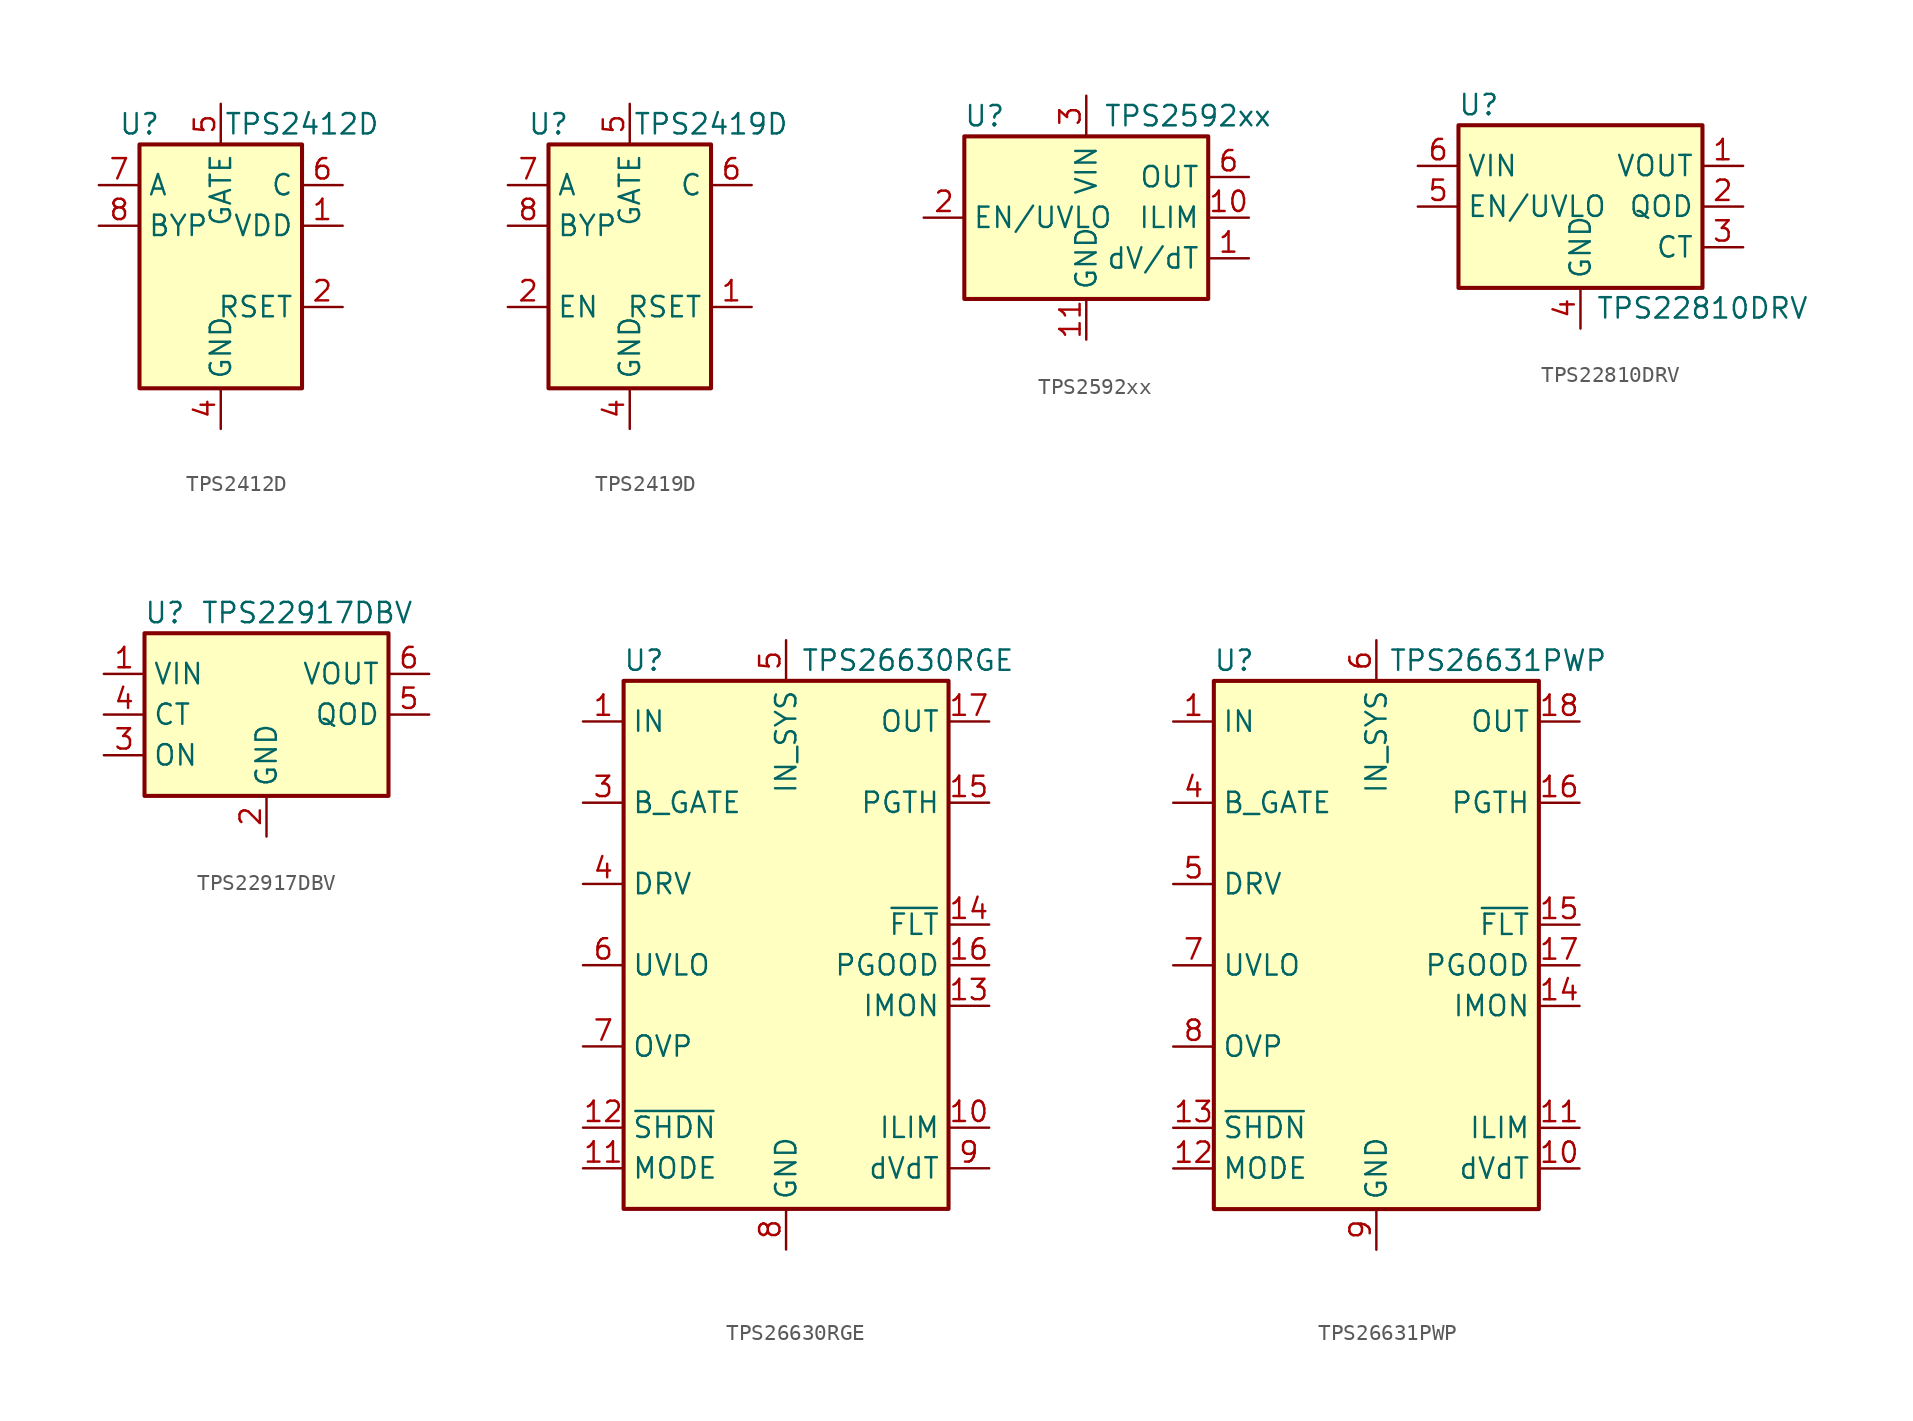
<source format=kicad_sym>
(kicad_symbol_lib
  (version 20211014)
  (generator kicad_symbol_editor)
  (symbol "TPS2412D"
    (property "Reference" "U"
      (at -5.08 8.89 0)
      (effects (font (size 1.27 1.27))))
    (property "Value" "TPS2412D"
      (at 5.08 8.89 0)
      (effects (font (size 1.27 1.27))))
    (symbol "TPS2412D_0_1"
      (rectangle (start -5.08 7.62) (end 5.08 -7.62) (stroke (width 0.254) (type default) (color 0 0 0 0)) (fill (type background))))
    (symbol "TPS2412D_1_1"
      (pin power_in line (at 7.62 2.54 180) (length 2.54) (name "VDD" (effects (font (size 1.27 1.27)))) (number "1" (effects (font (size 1.27 1.27)))))
      (pin passive line (at 7.62 -2.54 180) (length 2.54) (name "RSET" (effects (font (size 1.27 1.27)))) (number "2" (effects (font (size 1.27 1.27)))))
      (pin passive line (at 0 -10.16 90) (length 2.54) hide (name "GND" (effects (font (size 1.27 1.27)))) (number "3" (effects (font (size 1.27 1.27)))))
      (pin power_in line (at 0 -10.16 90) (length 2.54) (name "GND" (effects (font (size 1.27 1.27)))) (number "4" (effects (font (size 1.27 1.27)))))
      (pin output line (at 0 10.16 270) (length 2.54) (name "GATE" (effects (font (size 1.27 1.27)))) (number "5" (effects (font (size 1.27 1.27)))))
      (pin input line (at 7.62 5.08 180) (length 2.54) (name "C" (effects (font (size 1.27 1.27)))) (number "6" (effects (font (size 1.27 1.27)))))
      (pin input line (at -7.62 5.08 0) (length 2.54) (name "A" (effects (font (size 1.27 1.27)))) (number "7" (effects (font (size 1.27 1.27)))))
      (pin passive line (at -7.62 2.54 0) (length 2.54) (name "BYP" (effects (font (size 1.27 1.27)))) (number "8" (effects (font (size 1.27 1.27)))))))
  (symbol "TPS2419D"
    (property "Reference" "U"
      (at -5.08 8.89 0)
      (effects (font (size 1.27 1.27))))
    (property "Value" "TPS2419D"
      (at 5.08 8.89 0)
      (effects (font (size 1.27 1.27))))
    (symbol "TPS2419D_0_1"
      (rectangle (start -5.08 7.62) (end 5.08 -7.62) (stroke (width 0.254) (type default) (color 0 0 0 0)) (fill (type background))))
    (symbol "TPS2419D_1_1"
      (pin passive line (at 7.62 -2.54 180) (length 2.54) (name "RSET" (effects (font (size 1.27 1.27)))) (number "1" (effects (font (size 1.27 1.27)))))
      (pin input line (at -7.62 -2.54 0) (length 2.54) (name "EN" (effects (font (size 1.27 1.27)))) (number "2" (effects (font (size 1.27 1.27)))))
      (pin passive line (at 0 -10.16 90) (length 2.54) hide (name "GND" (effects (font (size 1.27 1.27)))) (number "3" (effects (font (size 1.27 1.27)))))
      (pin power_in line (at 0 -10.16 90) (length 2.54) (name "GND" (effects (font (size 1.27 1.27)))) (number "4" (effects (font (size 1.27 1.27)))))
      (pin output line (at 0 10.16 270) (length 2.54) (name "GATE" (effects (font (size 1.27 1.27)))) (number "5" (effects (font (size 1.27 1.27)))))
      (pin input line (at 7.62 5.08 180) (length 2.54) (name "C" (effects (font (size 1.27 1.27)))) (number "6" (effects (font (size 1.27 1.27)))))
      (pin input line (at -7.62 5.08 0) (length 2.54) (name "A" (effects (font (size 1.27 1.27)))) (number "7" (effects (font (size 1.27 1.27)))))
      (pin passive line (at -7.62 2.54 0) (length 2.54) (name "BYP" (effects (font (size 1.27 1.27)))) (number "8" (effects (font (size 1.27 1.27)))))))
  (symbol "TPS2592xx"
    (property "Reference" "U"
      (at -6.35 6.35 0)
      (effects (font (size 1.27 1.27))))
    (property "Value" "TPS2592xx"
      (at 6.35 6.35 0)
      (effects (font (size 1.27 1.27))))
    (symbol "TPS2592xx_0_1"
      (rectangle (start -7.62 5.08) (end 7.62 -5.08) (stroke (width 0.254) (type default) (color 0 0 0 0)) (fill (type background))))
    (symbol "TPS2592xx_1_1"
      (pin output line (at 10.16 -2.54 180) (length 2.54) (name "dV/dT" (effects (font (size 1.27 1.27)))) (number "1" (effects (font (size 1.27 1.27)))))
      (pin output line (at 10.16 0 180) (length 2.54) (name "ILIM" (effects (font (size 1.27 1.27)))) (number "10" (effects (font (size 1.27 1.27)))))
      (pin power_in line (at 0 -7.62 90) (length 2.54) (name "GND" (effects (font (size 1.27 1.27)))) (number "11" (effects (font (size 1.27 1.27)))))
      (pin input line (at -10.16 0 0) (length 2.54) (name "EN/UVLO" (effects (font (size 1.27 1.27)))) (number "2" (effects (font (size 1.27 1.27)))))
      (pin power_in line (at 0 7.62 270) (length 2.54) (name "VIN" (effects (font (size 1.27 1.27)))) (number "3" (effects (font (size 1.27 1.27)))))
      (pin passive line (at 0 7.62 270) (length 2.54) hide (name "VIN" (effects (font (size 1.27 1.27)))) (number "4" (effects (font (size 1.27 1.27)))))
      (pin passive line (at 0 7.62 270) (length 2.54) hide (name "VIN" (effects (font (size 1.27 1.27)))) (number "5" (effects (font (size 1.27 1.27)))))
      (pin power_out line (at 10.16 2.54 180) (length 2.54) (name "OUT" (effects (font (size 1.27 1.27)))) (number "6" (effects (font (size 1.27 1.27)))))
      (pin passive line (at 10.16 2.54 180) (length 2.54) hide (name "OUT" (effects (font (size 1.27 1.27)))) (number "7" (effects (font (size 1.27 1.27)))))
      (pin passive line (at 10.16 2.54 180) (length 2.54) hide (name "OUT" (effects (font (size 1.27 1.27)))) (number "8" (effects (font (size 1.27 1.27)))))
      (pin no_connect line (at -10.16 -2.54 0) (length 2.54) hide (name "NC" (effects (font (size 1.27 1.27)))) (number "9" (effects (font (size 1.27 1.27)))))))
  (symbol "TPS22810DRV"
    (property "Reference" "U"
      (at -6.35 6.35 0)
      (effects (font (size 1.27 1.27))))
    (property "Value" "TPS22810DRV"
      (at 7.62 -6.35 0)
      (effects (font (size 1.27 1.27))))
    (symbol "TPS22810DRV_1_1"
      (rectangle (start -7.62 5.08) (end 7.62 -5.08) (stroke (width 0.254) (type default) (color 0 0 0 0)) (fill (type background)))
      (pin power_out line (at 10.16 2.54 180) (length 2.54) (name "VOUT" (effects (font (size 1.27 1.27)))) (number "1" (effects (font (size 1.27 1.27)))))
      (pin open_collector line (at 10.16 0 180) (length 2.54) (name "QOD" (effects (font (size 1.27 1.27)))) (number "2" (effects (font (size 1.27 1.27)))))
      (pin output line (at 10.16 -2.54 180) (length 2.54) (name "CT" (effects (font (size 1.27 1.27)))) (number "3" (effects (font (size 1.27 1.27)))))
      (pin power_in line (at 0 -7.62 90) (length 2.54) (name "GND" (effects (font (size 1.27 1.27)))) (number "4" (effects (font (size 1.27 1.27)))))
      (pin input line (at -10.16 0 0) (length 2.54) (name "EN/UVLO" (effects (font (size 1.27 1.27)))) (number "5" (effects (font (size 1.27 1.27)))))
      (pin power_in line (at -10.16 2.54 0) (length 2.54) (name "VIN" (effects (font (size 1.27 1.27)))) (number "6" (effects (font (size 1.27 1.27)))))
      (pin passive line (at 0 -7.62 90) (length 2.54) hide (name "GND" (effects (font (size 1.27 1.27)))) (number "7" (effects (font (size 1.27 1.27)))))))
  (symbol "TPS22917DBV"
    (property "Reference" "U"
      (at -6.35 6.35 0)
      (effects (font (size 1.27 1.27))))
    (property "Value" "TPS22917DBV"
      (at 2.54 6.35 0)
      (effects (font (size 1.27 1.27))))
    (symbol "TPS22917DBV_0_1"
      (rectangle (start -7.62 5.08) (end 7.62 -5.08) (stroke (width 0.254) (type default) (color 0 0 0 0)) (fill (type background))))
    (symbol "TPS22917DBV_1_1"
      (pin power_in line (at -10.16 2.54 0) (length 2.54) (name "VIN" (effects (font (size 1.27 1.27)))) (number "1" (effects (font (size 1.27 1.27)))))
      (pin power_in line (at 0 -7.62 90) (length 2.54) (name "GND" (effects (font (size 1.27 1.27)))) (number "2" (effects (font (size 1.27 1.27)))))
      (pin input line (at -10.16 -2.54 0) (length 2.54) (name "ON" (effects (font (size 1.27 1.27)))) (number "3" (effects (font (size 1.27 1.27)))))
      (pin output line (at -10.16 0 0) (length 2.54) (name "CT" (effects (font (size 1.27 1.27)))) (number "4" (effects (font (size 1.27 1.27)))))
      (pin open_collector line (at 10.16 0 180) (length 2.54) (name "QOD" (effects (font (size 1.27 1.27)))) (number "5" (effects (font (size 1.27 1.27)))))
      (pin power_out line (at 10.16 2.54 180) (length 2.54) (name "VOUT" (effects (font (size 1.27 1.27)))) (number "6" (effects (font (size 1.27 1.27)))))))
  (symbol "TPS26630RGE"
    (property "Reference" "U"
      (at -8.89 16.51 0)
      (effects (font (size 1.27 1.27))))
    (property "Value" "TPS26630RGE"
      (at 7.62 16.51 0)
      (effects (font (size 1.27 1.27))))
    (symbol "TPS26630RGE_0_1"
      (rectangle (start -10.16 15.24) (end 10.16 -17.78) (stroke (width 0.254) (type default) (color 0 0 0 0)) (fill (type background))))
    (symbol "TPS26630RGE_1_1"
      (pin power_in line (at -12.7 12.7 0) (length 2.54) (name "IN" (effects (font (size 1.27 1.27)))) (number "1" (effects (font (size 1.27 1.27)))))
      (pin passive line (at 12.7 -12.7 180) (length 2.54) (name "ILIM" (effects (font (size 1.27 1.27)))) (number "10" (effects (font (size 1.27 1.27)))))
      (pin input line (at -12.7 -15.24 0) (length 2.54) (name "MODE" (effects (font (size 1.27 1.27)))) (number "11" (effects (font (size 1.27 1.27)))))
      (pin input line (at -12.7 -12.7 0) (length 2.54) (name "~{SHDN}" (effects (font (size 1.27 1.27)))) (number "12" (effects (font (size 1.27 1.27)))))
      (pin output line (at 12.7 -5.08 180) (length 2.54) (name "IMON" (effects (font (size 1.27 1.27)))) (number "13" (effects (font (size 1.27 1.27)))))
      (pin open_collector line (at 12.7 0 180) (length 2.54) (name "~{FLT}" (effects (font (size 1.27 1.27)))) (number "14" (effects (font (size 1.27 1.27)))))
      (pin input line (at 12.7 7.62 180) (length 2.54) (name "PGTH" (effects (font (size 1.27 1.27)))) (number "15" (effects (font (size 1.27 1.27)))))
      (pin output line (at 12.7 -2.54 180) (length 2.54) (name "PGOOD" (effects (font (size 1.27 1.27)))) (number "16" (effects (font (size 1.27 1.27)))))
      (pin power_out line (at 12.7 12.7 180) (length 2.54) (name "OUT" (effects (font (size 1.27 1.27)))) (number "17" (effects (font (size 1.27 1.27)))))
      (pin passive line (at 12.7 12.7 180) (length 2.54) hide (name "OUT" (effects (font (size 1.27 1.27)))) (number "18" (effects (font (size 1.27 1.27)))))
      (pin no_connect line (at -10.16 10.16 0) (length 2.54) hide (name "NC" (effects (font (size 1.27 1.27)))) (number "19" (effects (font (size 1.27 1.27)))))
      (pin passive line (at -12.7 12.7 0) (length 2.54) hide (name "IN" (effects (font (size 1.27 1.27)))) (number "2" (effects (font (size 1.27 1.27)))))
      (pin no_connect line (at -10.16 5.08 0) (length 2.54) hide (name "NC" (effects (font (size 1.27 1.27)))) (number "20" (effects (font (size 1.27 1.27)))))
      (pin no_connect line (at -10.16 0 0) (length 2.54) hide (name "NC" (effects (font (size 1.27 1.27)))) (number "21" (effects (font (size 1.27 1.27)))))
      (pin no_connect line (at 10.16 10.16 180) (length 2.54) hide (name "NC" (effects (font (size 1.27 1.27)))) (number "22" (effects (font (size 1.27 1.27)))))
      (pin no_connect line (at 10.16 5.08 180) (length 2.54) hide (name "NC" (effects (font (size 1.27 1.27)))) (number "23" (effects (font (size 1.27 1.27)))))
      (pin no_connect line (at 10.16 2.54 180) (length 2.54) hide (name "NC" (effects (font (size 1.27 1.27)))) (number "24" (effects (font (size 1.27 1.27)))))
      (pin passive line (at 0 -20.32 90) (length 2.54) hide (name "GND" (effects (font (size 1.27 1.27)))) (number "25" (effects (font (size 1.27 1.27)))))
      (pin output line (at -12.7 7.62 0) (length 2.54) (name "B_GATE" (effects (font (size 1.27 1.27)))) (number "3" (effects (font (size 1.27 1.27)))))
      (pin output line (at -12.7 2.54 0) (length 2.54) (name "DRV" (effects (font (size 1.27 1.27)))) (number "4" (effects (font (size 1.27 1.27)))))
      (pin power_in line (at 0 17.78 270) (length 2.54) (name "IN_SYS" (effects (font (size 1.27 1.27)))) (number "5" (effects (font (size 1.27 1.27)))))
      (pin input line (at -12.7 -2.54 0) (length 2.54) (name "UVLO" (effects (font (size 1.27 1.27)))) (number "6" (effects (font (size 1.27 1.27)))))
      (pin input line (at -12.7 -7.62 0) (length 2.54) (name "OVP" (effects (font (size 1.27 1.27)))) (number "7" (effects (font (size 1.27 1.27)))))
      (pin power_in line (at 0 -20.32 90) (length 2.54) (name "GND" (effects (font (size 1.27 1.27)))) (number "8" (effects (font (size 1.27 1.27)))))
      (pin passive line (at 12.7 -15.24 180) (length 2.54) (name "dVdT" (effects (font (size 1.27 1.27)))) (number "9" (effects (font (size 1.27 1.27)))))))
  (symbol "TPS26631PWP"
    (property "Reference" "U"
      (at -8.89 16.51 0)
      (effects (font (size 1.27 1.27))))
    (property "Value" "TPS26631PWP"
      (at 7.62 16.51 0)
      (effects (font (size 1.27 1.27))))
    (symbol "TPS26631PWP_0_1"
      (rectangle (start -10.16 15.24) (end 10.16 -17.78) (stroke (width 0.254) (type default) (color 0 0 0 0)) (fill (type background))))
    (symbol "TPS26631PWP_1_1"
      (pin power_in line (at -12.7 12.7 0) (length 2.54) (name "IN" (effects (font (size 1.27 1.27)))) (number "1" (effects (font (size 1.27 1.27)))))
      (pin passive line (at 12.7 -15.24 180) (length 2.54) (name "dVdT" (effects (font (size 1.27 1.27)))) (number "10" (effects (font (size 1.27 1.27)))))
      (pin passive line (at 12.7 -12.7 180) (length 2.54) (name "ILIM" (effects (font (size 1.27 1.27)))) (number "11" (effects (font (size 1.27 1.27)))))
      (pin input line (at -12.7 -15.24 0) (length 2.54) (name "MODE" (effects (font (size 1.27 1.27)))) (number "12" (effects (font (size 1.27 1.27)))))
      (pin input line (at -12.7 -12.7 0) (length 2.54) (name "~{SHDN}" (effects (font (size 1.27 1.27)))) (number "13" (effects (font (size 1.27 1.27)))))
      (pin output line (at 12.7 -5.08 180) (length 2.54) (name "IMON" (effects (font (size 1.27 1.27)))) (number "14" (effects (font (size 1.27 1.27)))))
      (pin open_collector line (at 12.7 0 180) (length 2.54) (name "~{FLT}" (effects (font (size 1.27 1.27)))) (number "15" (effects (font (size 1.27 1.27)))))
      (pin input line (at 12.7 7.62 180) (length 2.54) (name "PGTH" (effects (font (size 1.27 1.27)))) (number "16" (effects (font (size 1.27 1.27)))))
      (pin output line (at 12.7 -2.54 180) (length 2.54) (name "PGOOD" (effects (font (size 1.27 1.27)))) (number "17" (effects (font (size 1.27 1.27)))))
      (pin power_out line (at 12.7 12.7 180) (length 2.54) (name "OUT" (effects (font (size 1.27 1.27)))) (number "18" (effects (font (size 1.27 1.27)))))
      (pin passive line (at 12.7 12.7 180) (length 2.54) hide (name "OUT" (effects (font (size 1.27 1.27)))) (number "19" (effects (font (size 1.27 1.27)))))
      (pin passive line (at -12.7 12.7 0) (length 2.54) hide (name "IN" (effects (font (size 1.27 1.27)))) (number "2" (effects (font (size 1.27 1.27)))))
      (pin passive line (at 12.7 12.7 180) (length 2.54) hide (name "OUT" (effects (font (size 1.27 1.27)))) (number "20" (effects (font (size 1.27 1.27)))))
      (pin passive line (at 0 -20.32 90) (length 2.54) hide (name "GND" (effects (font (size 1.27 1.27)))) (number "21" (effects (font (size 1.27 1.27)))))
      (pin passive line (at -12.7 12.7 0) (length 2.54) hide (name "IN" (effects (font (size 1.27 1.27)))) (number "3" (effects (font (size 1.27 1.27)))))
      (pin output line (at -12.7 7.62 0) (length 2.54) (name "B_GATE" (effects (font (size 1.27 1.27)))) (number "4" (effects (font (size 1.27 1.27)))))
      (pin output line (at -12.7 2.54 0) (length 2.54) (name "DRV" (effects (font (size 1.27 1.27)))) (number "5" (effects (font (size 1.27 1.27)))))
      (pin power_in line (at 0 17.78 270) (length 2.54) (name "IN_SYS" (effects (font (size 1.27 1.27)))) (number "6" (effects (font (size 1.27 1.27)))))
      (pin input line (at -12.7 -2.54 0) (length 2.54) (name "UVLO" (effects (font (size 1.27 1.27)))) (number "7" (effects (font (size 1.27 1.27)))))
      (pin input line (at -12.7 -7.62 0) (length 2.54) (name "OVP" (effects (font (size 1.27 1.27)))) (number "8" (effects (font (size 1.27 1.27)))))
      (pin power_in line (at 0 -20.32 90) (length 2.54) (name "GND" (effects (font (size 1.27 1.27)))) (number "9" (effects (font (size 1.27 1.27))))))))
</source>
